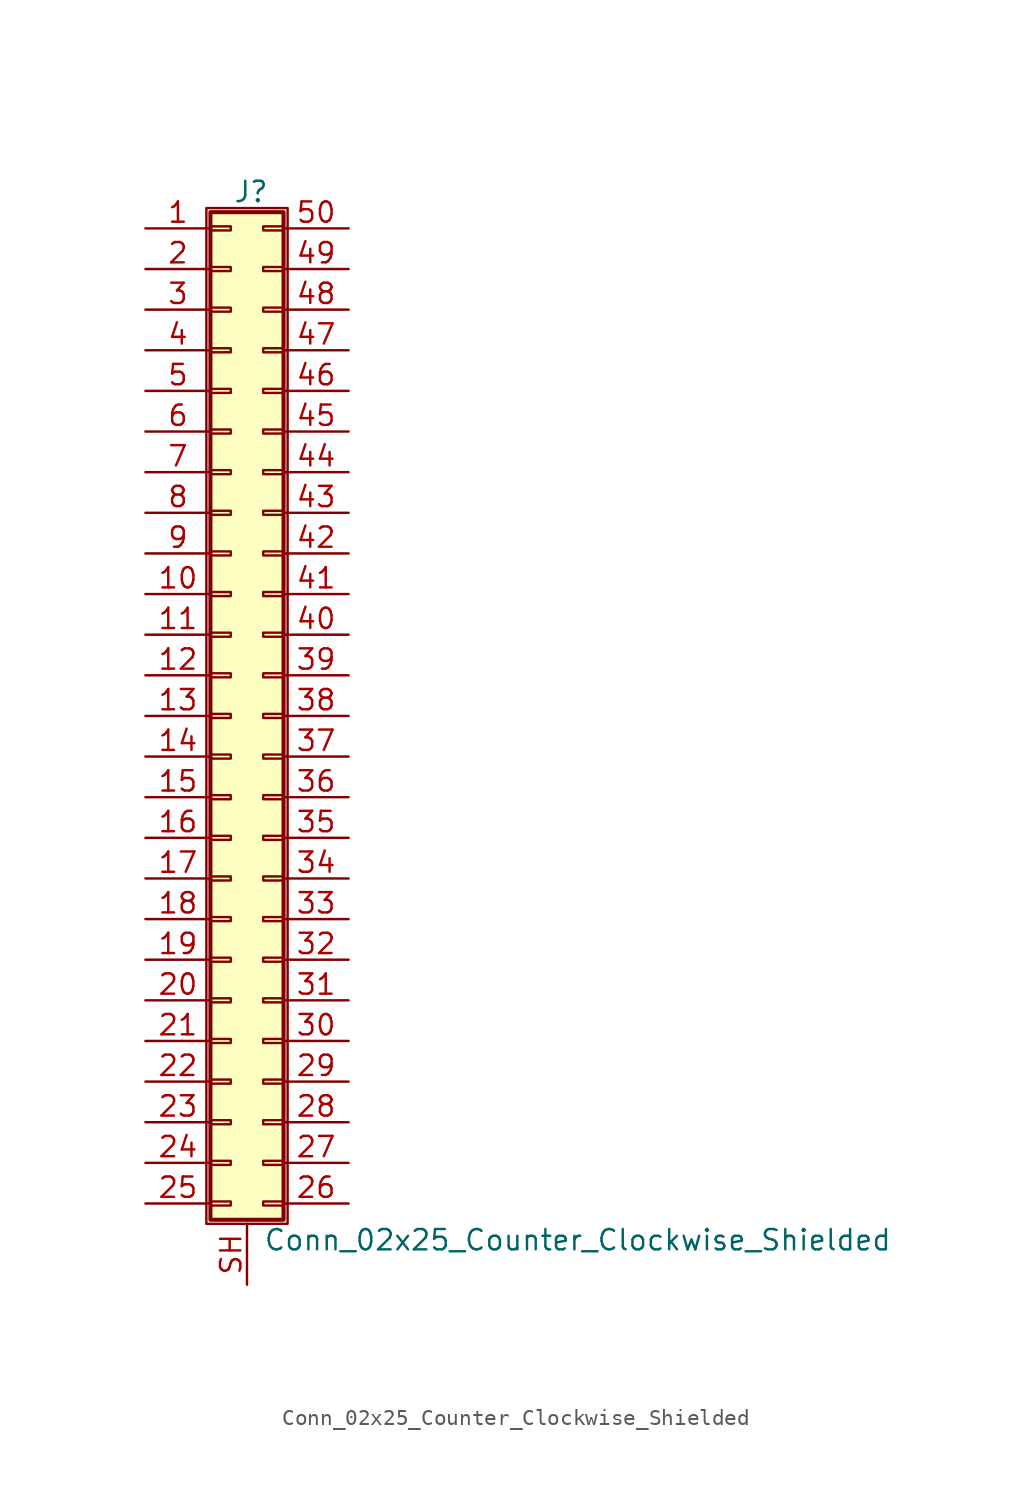
<source format=kicad_sym>
(kicad_symbol_lib
  (version 20201005)
  (generator kicad_symbol_editor)
  (symbol "Conn_02x25_Counter_Clockwise_Shielded"
    (pin_names
      (offset 1.016) hide)
    (property "Reference" "J"
      (at 1.524 32.766 0)
      (effects (font (size 1.27 1.27))))
    (property "Value" "Conn_02x25_Counter_Clockwise_Shielded"
      (at 2.286 -32.766 0)
      (effects (font (size 1.27 1.27)) (justify left)))
    (symbol "Conn_02x25_Counter_Clockwise_Shielded_1_1"
      (rectangle (start -1.27 31.75) (end 3.81 -31.75) (stroke (width 0.152)) (fill (type none)))
      (rectangle (start -1.016 -30.353) (end 0.254 -30.607) (stroke (width 0.152)) (fill (type none)))
      (rectangle (start -1.016 -27.813) (end 0.254 -28.067) (stroke (width 0.152)) (fill (type none)))
      (rectangle (start -1.016 -25.273) (end 0.254 -25.527) (stroke (width 0.152)) (fill (type none)))
      (rectangle (start -1.016 -22.733) (end 0.254 -22.987) (stroke (width 0.152)) (fill (type none)))
      (rectangle (start -1.016 -20.193) (end 0.254 -20.447) (stroke (width 0.152)) (fill (type none)))
      (rectangle (start -1.016 -17.653) (end 0.254 -17.907) (stroke (width 0.152)) (fill (type none)))
      (rectangle (start -1.016 -15.113) (end 0.254 -15.367) (stroke (width 0.152)) (fill (type none)))
      (rectangle (start -1.016 -12.573) (end 0.254 -12.827) (stroke (width 0.152)) (fill (type none)))
      (rectangle (start -1.016 -10.033) (end 0.254 -10.287) (stroke (width 0.152)) (fill (type none)))
      (rectangle (start -1.016 -7.493) (end 0.254 -7.747) (stroke (width 0.152)) (fill (type none)))
      (rectangle (start -1.016 -4.953) (end 0.254 -5.207) (stroke (width 0.152)) (fill (type none)))
      (rectangle (start -1.016 -2.413) (end 0.254 -2.667) (stroke (width 0.152)) (fill (type none)))
      (rectangle (start -1.016 0.127) (end 0.254 -0.127) (stroke (width 0.152)) (fill (type none)))
      (rectangle (start -1.016 2.667) (end 0.254 2.413) (stroke (width 0.152)) (fill (type none)))
      (rectangle (start -1.016 5.207) (end 0.254 4.953) (stroke (width 0.152)) (fill (type none)))
      (rectangle (start -1.016 7.747) (end 0.254 7.493) (stroke (width 0.152)) (fill (type none)))
      (rectangle (start -1.016 10.287) (end 0.254 10.033) (stroke (width 0.152)) (fill (type none)))
      (rectangle (start -1.016 12.827) (end 0.254 12.573) (stroke (width 0.152)) (fill (type none)))
      (rectangle (start -1.016 15.367) (end 0.254 15.113) (stroke (width 0.152)) (fill (type none)))
      (rectangle (start -1.016 17.907) (end 0.254 17.653) (stroke (width 0.152)) (fill (type none)))
      (rectangle (start -1.016 20.447) (end 0.254 20.193) (stroke (width 0.152)) (fill (type none)))
      (rectangle (start -1.016 22.987) (end 0.254 22.733) (stroke (width 0.152)) (fill (type none)))
      (rectangle (start -1.016 25.527) (end 0.254 25.273) (stroke (width 0.152)) (fill (type none)))
      (rectangle (start -1.016 28.067) (end 0.254 27.813) (stroke (width 0.152)) (fill (type none)))
      (rectangle (start -1.016 30.607) (end 0.254 30.353) (stroke (width 0.152)) (fill (type none)))
      (rectangle (start -1.016 31.496) (end 3.556 -31.496) (stroke (width 0.254)) (fill (type background)))
      (rectangle (start 3.556 -30.353) (end 2.286 -30.607) (stroke (width 0.152)) (fill (type none)))
      (rectangle (start 3.556 -27.813) (end 2.286 -28.067) (stroke (width 0.152)) (fill (type none)))
      (rectangle (start 3.556 -25.273) (end 2.286 -25.527) (stroke (width 0.152)) (fill (type none)))
      (rectangle (start 3.556 -22.733) (end 2.286 -22.987) (stroke (width 0.152)) (fill (type none)))
      (rectangle (start 3.556 -20.193) (end 2.286 -20.447) (stroke (width 0.152)) (fill (type none)))
      (rectangle (start 3.556 -17.653) (end 2.286 -17.907) (stroke (width 0.152)) (fill (type none)))
      (rectangle (start 3.556 -15.113) (end 2.286 -15.367) (stroke (width 0.152)) (fill (type none)))
      (rectangle (start 3.556 -12.573) (end 2.286 -12.827) (stroke (width 0.152)) (fill (type none)))
      (rectangle (start 3.556 -10.033) (end 2.286 -10.287) (stroke (width 0.152)) (fill (type none)))
      (rectangle (start 3.556 -7.493) (end 2.286 -7.747) (stroke (width 0.152)) (fill (type none)))
      (rectangle (start 3.556 -4.953) (end 2.286 -5.207) (stroke (width 0.152)) (fill (type none)))
      (rectangle (start 3.556 -2.413) (end 2.286 -2.667) (stroke (width 0.152)) (fill (type none)))
      (rectangle (start 3.556 0.127) (end 2.286 -0.127) (stroke (width 0.152)) (fill (type none)))
      (rectangle (start 3.556 2.667) (end 2.286 2.413) (stroke (width 0.152)) (fill (type none)))
      (rectangle (start 3.556 5.207) (end 2.286 4.953) (stroke (width 0.152)) (fill (type none)))
      (rectangle (start 3.556 7.747) (end 2.286 7.493) (stroke (width 0.152)) (fill (type none)))
      (rectangle (start 3.556 10.287) (end 2.286 10.033) (stroke (width 0.152)) (fill (type none)))
      (rectangle (start 3.556 12.827) (end 2.286 12.573) (stroke (width 0.152)) (fill (type none)))
      (rectangle (start 3.556 15.367) (end 2.286 15.113) (stroke (width 0.152)) (fill (type none)))
      (rectangle (start 3.556 17.907) (end 2.286 17.653) (stroke (width 0.152)) (fill (type none)))
      (rectangle (start 3.556 20.447) (end 2.286 20.193) (stroke (width 0.152)) (fill (type none)))
      (rectangle (start 3.556 22.987) (end 2.286 22.733) (stroke (width 0.152)) (fill (type none)))
      (rectangle (start 3.556 25.527) (end 2.286 25.273) (stroke (width 0.152)) (fill (type none)))
      (rectangle (start 3.556 28.067) (end 2.286 27.813) (stroke (width 0.152)) (fill (type none)))
      (rectangle (start 3.556 30.607) (end 2.286 30.353) (stroke (width 0.152)) (fill (type none)))
      (pin passive line (at -5.08 30.48 0) (length 4.064) (name "Pin_1" (effects (font (size 1.27 1.27)))) (number "1" (effects (font (size 1.27 1.27)))))
      (pin passive line (at -5.08 7.62 0) (length 4.064) (name "Pin_10" (effects (font (size 1.27 1.27)))) (number "10" (effects (font (size 1.27 1.27)))))
      (pin passive line (at -5.08 5.08 0) (length 4.064) (name "Pin_11" (effects (font (size 1.27 1.27)))) (number "11" (effects (font (size 1.27 1.27)))))
      (pin passive line (at -5.08 2.54 0) (length 4.064) (name "Pin_12" (effects (font (size 1.27 1.27)))) (number "12" (effects (font (size 1.27 1.27)))))
      (pin passive line (at -5.08 0 0) (length 4.064) (name "Pin_13" (effects (font (size 1.27 1.27)))) (number "13" (effects (font (size 1.27 1.27)))))
      (pin passive line (at -5.08 -2.54 0) (length 4.064) (name "Pin_14" (effects (font (size 1.27 1.27)))) (number "14" (effects (font (size 1.27 1.27)))))
      (pin passive line (at -5.08 -5.08 0) (length 4.064) (name "Pin_15" (effects (font (size 1.27 1.27)))) (number "15" (effects (font (size 1.27 1.27)))))
      (pin passive line (at -5.08 -7.62 0) (length 4.064) (name "Pin_16" (effects (font (size 1.27 1.27)))) (number "16" (effects (font (size 1.27 1.27)))))
      (pin passive line (at -5.08 -10.16 0) (length 4.064) (name "Pin_17" (effects (font (size 1.27 1.27)))) (number "17" (effects (font (size 1.27 1.27)))))
      (pin passive line (at -5.08 -12.7 0) (length 4.064) (name "Pin_18" (effects (font (size 1.27 1.27)))) (number "18" (effects (font (size 1.27 1.27)))))
      (pin passive line (at -5.08 -15.24 0) (length 4.064) (name "Pin_19" (effects (font (size 1.27 1.27)))) (number "19" (effects (font (size 1.27 1.27)))))
      (pin passive line (at -5.08 27.94 0) (length 4.064) (name "Pin_2" (effects (font (size 1.27 1.27)))) (number "2" (effects (font (size 1.27 1.27)))))
      (pin passive line (at -5.08 -17.78 0) (length 4.064) (name "Pin_20" (effects (font (size 1.27 1.27)))) (number "20" (effects (font (size 1.27 1.27)))))
      (pin passive line (at -5.08 -20.32 0) (length 4.064) (name "Pin_21" (effects (font (size 1.27 1.27)))) (number "21" (effects (font (size 1.27 1.27)))))
      (pin passive line (at -5.08 -22.86 0) (length 4.064) (name "Pin_22" (effects (font (size 1.27 1.27)))) (number "22" (effects (font (size 1.27 1.27)))))
      (pin passive line (at -5.08 -25.4 0) (length 4.064) (name "Pin_23" (effects (font (size 1.27 1.27)))) (number "23" (effects (font (size 1.27 1.27)))))
      (pin passive line (at -5.08 -27.94 0) (length 4.064) (name "Pin_24" (effects (font (size 1.27 1.27)))) (number "24" (effects (font (size 1.27 1.27)))))
      (pin passive line (at -5.08 -30.48 0) (length 4.064) (name "Pin_25" (effects (font (size 1.27 1.27)))) (number "25" (effects (font (size 1.27 1.27)))))
      (pin passive line (at 7.62 -30.48 180) (length 4.064) (name "Pin_26" (effects (font (size 1.27 1.27)))) (number "26" (effects (font (size 1.27 1.27)))))
      (pin passive line (at 7.62 -27.94 180) (length 4.064) (name "Pin_27" (effects (font (size 1.27 1.27)))) (number "27" (effects (font (size 1.27 1.27)))))
      (pin passive line (at 7.62 -25.4 180) (length 4.064) (name "Pin_28" (effects (font (size 1.27 1.27)))) (number "28" (effects (font (size 1.27 1.27)))))
      (pin passive line (at 7.62 -22.86 180) (length 4.064) (name "Pin_29" (effects (font (size 1.27 1.27)))) (number "29" (effects (font (size 1.27 1.27)))))
      (pin passive line (at -5.08 25.4 0) (length 4.064) (name "Pin_3" (effects (font (size 1.27 1.27)))) (number "3" (effects (font (size 1.27 1.27)))))
      (pin passive line (at 7.62 -20.32 180) (length 4.064) (name "Pin_30" (effects (font (size 1.27 1.27)))) (number "30" (effects (font (size 1.27 1.27)))))
      (pin passive line (at 7.62 -17.78 180) (length 4.064) (name "Pin_31" (effects (font (size 1.27 1.27)))) (number "31" (effects (font (size 1.27 1.27)))))
      (pin passive line (at 7.62 -15.24 180) (length 4.064) (name "Pin_32" (effects (font (size 1.27 1.27)))) (number "32" (effects (font (size 1.27 1.27)))))
      (pin passive line (at 7.62 -12.7 180) (length 4.064) (name "Pin_33" (effects (font (size 1.27 1.27)))) (number "33" (effects (font (size 1.27 1.27)))))
      (pin passive line (at 7.62 -10.16 180) (length 4.064) (name "Pin_34" (effects (font (size 1.27 1.27)))) (number "34" (effects (font (size 1.27 1.27)))))
      (pin passive line (at 7.62 -7.62 180) (length 4.064) (name "Pin_35" (effects (font (size 1.27 1.27)))) (number "35" (effects (font (size 1.27 1.27)))))
      (pin passive line (at 7.62 -5.08 180) (length 4.064) (name "Pin_36" (effects (font (size 1.27 1.27)))) (number "36" (effects (font (size 1.27 1.27)))))
      (pin passive line (at 7.62 -2.54 180) (length 4.064) (name "Pin_37" (effects (font (size 1.27 1.27)))) (number "37" (effects (font (size 1.27 1.27)))))
      (pin passive line (at 7.62 0 180) (length 4.064) (name "Pin_38" (effects (font (size 1.27 1.27)))) (number "38" (effects (font (size 1.27 1.27)))))
      (pin passive line (at 7.62 2.54 180) (length 4.064) (name "Pin_39" (effects (font (size 1.27 1.27)))) (number "39" (effects (font (size 1.27 1.27)))))
      (pin passive line (at -5.08 22.86 0) (length 4.064) (name "Pin_4" (effects (font (size 1.27 1.27)))) (number "4" (effects (font (size 1.27 1.27)))))
      (pin passive line (at 7.62 5.08 180) (length 4.064) (name "Pin_40" (effects (font (size 1.27 1.27)))) (number "40" (effects (font (size 1.27 1.27)))))
      (pin passive line (at 7.62 7.62 180) (length 4.064) (name "Pin_41" (effects (font (size 1.27 1.27)))) (number "41" (effects (font (size 1.27 1.27)))))
      (pin passive line (at 7.62 10.16 180) (length 4.064) (name "Pin_42" (effects (font (size 1.27 1.27)))) (number "42" (effects (font (size 1.27 1.27)))))
      (pin passive line (at 7.62 12.7 180) (length 4.064) (name "Pin_43" (effects (font (size 1.27 1.27)))) (number "43" (effects (font (size 1.27 1.27)))))
      (pin passive line (at 7.62 15.24 180) (length 4.064) (name "Pin_44" (effects (font (size 1.27 1.27)))) (number "44" (effects (font (size 1.27 1.27)))))
      (pin passive line (at 7.62 17.78 180) (length 4.064) (name "Pin_45" (effects (font (size 1.27 1.27)))) (number "45" (effects (font (size 1.27 1.27)))))
      (pin passive line (at 7.62 20.32 180) (length 4.064) (name "Pin_46" (effects (font (size 1.27 1.27)))) (number "46" (effects (font (size 1.27 1.27)))))
      (pin passive line (at 7.62 22.86 180) (length 4.064) (name "Pin_47" (effects (font (size 1.27 1.27)))) (number "47" (effects (font (size 1.27 1.27)))))
      (pin passive line (at 7.62 25.4 180) (length 4.064) (name "Pin_48" (effects (font (size 1.27 1.27)))) (number "48" (effects (font (size 1.27 1.27)))))
      (pin passive line (at 7.62 27.94 180) (length 4.064) (name "Pin_49" (effects (font (size 1.27 1.27)))) (number "49" (effects (font (size 1.27 1.27)))))
      (pin passive line (at -5.08 20.32 0) (length 4.064) (name "Pin_5" (effects (font (size 1.27 1.27)))) (number "5" (effects (font (size 1.27 1.27)))))
      (pin passive line (at 7.62 30.48 180) (length 4.064) (name "Pin_50" (effects (font (size 1.27 1.27)))) (number "50" (effects (font (size 1.27 1.27)))))
      (pin passive line (at -5.08 17.78 0) (length 4.064) (name "Pin_6" (effects (font (size 1.27 1.27)))) (number "6" (effects (font (size 1.27 1.27)))))
      (pin passive line (at -5.08 15.24 0) (length 4.064) (name "Pin_7" (effects (font (size 1.27 1.27)))) (number "7" (effects (font (size 1.27 1.27)))))
      (pin passive line (at -5.08 12.7 0) (length 4.064) (name "Pin_8" (effects (font (size 1.27 1.27)))) (number "8" (effects (font (size 1.27 1.27)))))
      (pin passive line (at -5.08 10.16 0) (length 4.064) (name "Pin_9" (effects (font (size 1.27 1.27)))) (number "9" (effects (font (size 1.27 1.27)))))
      (pin passive line (at 1.27 -35.56 90) (length 3.81) (name "Shield" (effects (font (size 1.27 1.27)))) (number "SH" (effects (font (size 1.27 1.27))))))))
</source>
